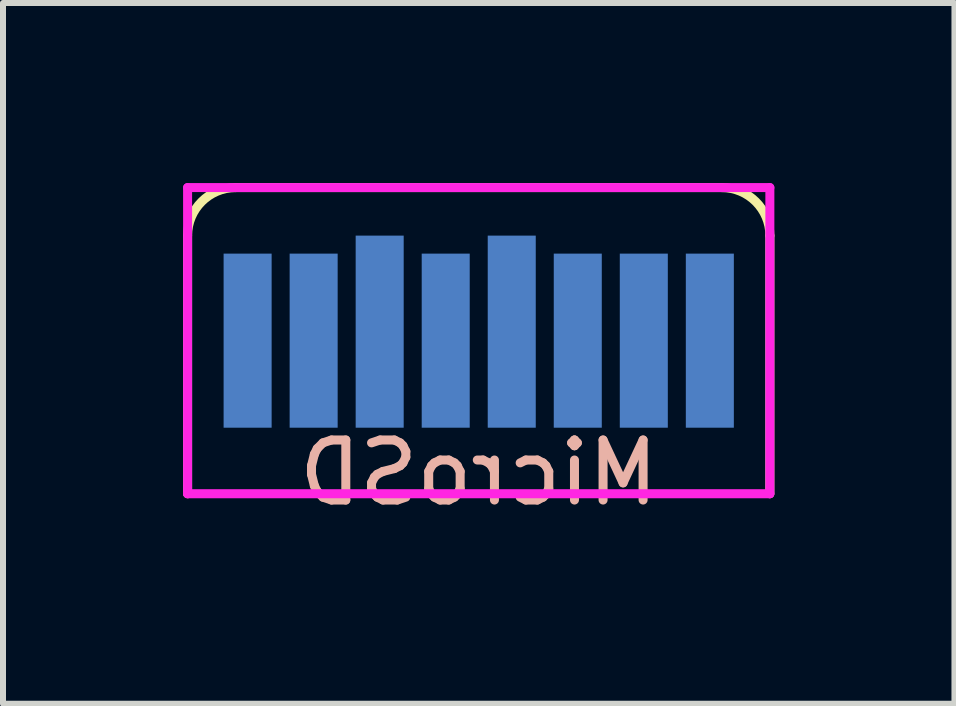
<source format=kicad_pcb>
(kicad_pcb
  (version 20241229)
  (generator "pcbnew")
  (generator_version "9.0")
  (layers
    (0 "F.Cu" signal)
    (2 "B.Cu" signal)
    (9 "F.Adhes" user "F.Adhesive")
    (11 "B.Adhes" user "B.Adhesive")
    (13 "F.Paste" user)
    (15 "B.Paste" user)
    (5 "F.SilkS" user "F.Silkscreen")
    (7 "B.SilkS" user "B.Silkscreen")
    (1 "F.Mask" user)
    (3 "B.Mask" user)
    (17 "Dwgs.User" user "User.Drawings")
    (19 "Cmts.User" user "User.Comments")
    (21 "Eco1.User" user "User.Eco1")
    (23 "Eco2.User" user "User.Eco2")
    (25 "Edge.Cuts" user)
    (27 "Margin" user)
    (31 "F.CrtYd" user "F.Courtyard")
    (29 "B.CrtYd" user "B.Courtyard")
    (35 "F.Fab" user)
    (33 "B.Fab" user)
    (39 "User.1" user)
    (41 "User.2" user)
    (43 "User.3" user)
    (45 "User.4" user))
  (footprint "MicroSD"
    (layer "F.Cu")
    (at 1.075 2.625)
    (property "Reference" "MicroSD" (at 3.85 2.2 0) (layer "B.SilkS") (effects (font (size 1 1) (thickness 0.15)) (justify mirror)))
    (attr through_hole)
    (fp_line (start -1 -1.75) (end -1 2.55) (stroke (width 0.15) (type solid)) (layer "F.SilkS"))
    (fp_line (start -0.2 -2.55) (end 7.9 -2.55) (stroke (width 0.15) (type solid)) (layer "F.SilkS"))
    (fp_line (start 8.7 -1.75) (end 8.7 2.55) (stroke (width 0.15) (type solid)) (layer "F.SilkS"))
    (fp_arc (start -1 -1.75) (mid -0.765685 -2.315685) (end -0.2 -2.55) (stroke (width 0.15) (type solid)) (layer "F.SilkS"))
    (fp_arc (start 7.9 -2.55) (mid 8.465685 -2.315685) (end 8.7 -1.75) (stroke (width 0.15) (type solid)) (layer "F.SilkS"))
    (fp_line (start -1 -2.55) (end 8.7 -2.55) (stroke (width 0.15) (type solid)) (layer "F.CrtYd"))
    (fp_line (start -1 2.55) (end -1 -2.55) (stroke (width 0.15) (type solid)) (layer "F.CrtYd"))
    (fp_line (start 8.7 -2.55) (end 8.7 2.55) (stroke (width 0.15) (type solid)) (layer "F.CrtYd"))
    (fp_line (start 8.7 2.55) (end -1 2.55) (stroke (width 0.15) (type solid)) (layer "F.CrtYd"))
    (pad "1" connect rect (at 7.7 0) (size 0.8 2.9) (layers "B.Cu" "B.Mask"))
    (pad "2" connect rect (at 6.6 0) (size 0.8 2.9) (layers "B.Cu" "B.Mask"))
    (pad "3" connect rect (at 5.5 0) (size 0.8 2.9) (layers "B.Cu" "B.Mask"))
    (pad "4" connect rect (at 4.4 -0.15) (size 0.8 3.2) (layers "B.Cu" "B.Mask"))
    (pad "5" connect rect (at 3.3 0) (size 0.8 2.9) (layers "B.Cu" "B.Mask"))
    (pad "6" connect rect (at 2.2 -0.15) (size 0.8 3.2) (layers "B.Cu" "B.Mask"))
    (pad "7" connect rect (at 1.1 0) (size 0.8 2.9) (layers "B.Cu" "B.Mask"))
    (pad "8" connect rect (at 0 0) (size 0.8 2.9) (layers "B.Cu" "B.Mask")))
  (gr_rect
    (start -3 -3)
    (end 12.85 8.673)
    (stroke (width 0.1) (type default))
    (fill no)
    (layer "Edge.Cuts")))
</source>
